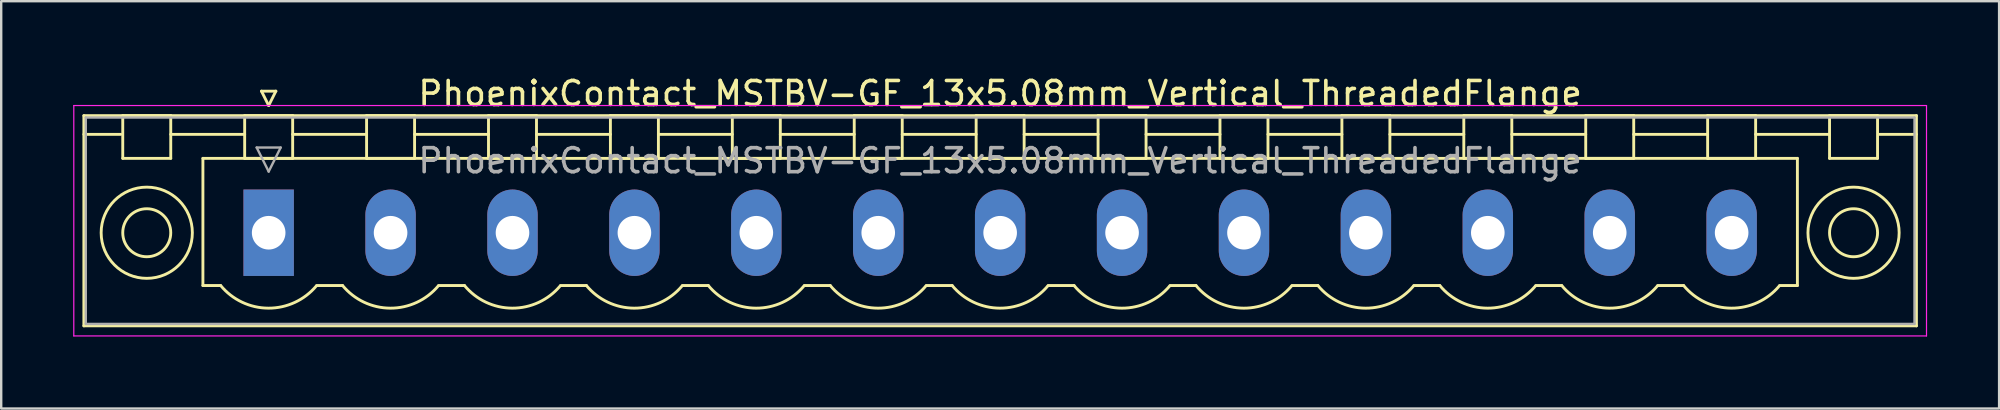
<source format=kicad_pcb>
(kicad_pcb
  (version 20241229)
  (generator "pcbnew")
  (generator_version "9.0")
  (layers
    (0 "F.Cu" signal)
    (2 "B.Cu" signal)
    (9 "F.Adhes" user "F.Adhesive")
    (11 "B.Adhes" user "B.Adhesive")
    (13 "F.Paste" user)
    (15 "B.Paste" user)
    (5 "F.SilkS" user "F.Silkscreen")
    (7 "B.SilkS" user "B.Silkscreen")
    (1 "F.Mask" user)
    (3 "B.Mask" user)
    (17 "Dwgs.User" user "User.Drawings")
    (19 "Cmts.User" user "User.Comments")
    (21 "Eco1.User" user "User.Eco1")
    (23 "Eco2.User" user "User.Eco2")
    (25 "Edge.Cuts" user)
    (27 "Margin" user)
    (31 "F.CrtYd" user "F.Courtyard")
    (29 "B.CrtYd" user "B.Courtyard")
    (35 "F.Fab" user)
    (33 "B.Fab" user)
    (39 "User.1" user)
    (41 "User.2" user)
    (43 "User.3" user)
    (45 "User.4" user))
  (footprint "PhoenixContact_MSTBV-GF_13x5.08mm_Vertical_ThreadedFlange"
    (layer "F.Cu")
    (at 8.145 6.648)
    (property "Reference" "PhoenixContact_MSTBV-GF_13x5.08mm_Vertical_ThreadedFlange" (at 30.48 -5.8 0) (layer "F.SilkS") (effects (font (size 1 1) (thickness 0.15))))
    (attr through_hole)
    (fp_line (start -7.7 -4.88) (end -7.7 3.88) (stroke (width 0.12) (type solid)) (layer "F.SilkS"))
    (fp_line (start -7.7 -4.1) (end -6.16 -4.1) (stroke (width 0.12) (type solid)) (layer "F.SilkS"))
    (fp_line (start -7.7 3.88) (end 68.66 3.88) (stroke (width 0.12) (type solid)) (layer "F.SilkS"))
    (fp_line (start -6.08 -4.88) (end -4.08 -4.88) (stroke (width 0.12) (type solid)) (layer "F.SilkS"))
    (fp_line (start -6.08 -3.1) (end -6.08 -4.88) (stroke (width 0.12) (type solid)) (layer "F.SilkS"))
    (fp_line (start -4.08 -4.88) (end -4.08 -3.1) (stroke (width 0.12) (type solid)) (layer "F.SilkS"))
    (fp_line (start -4.08 -4.1) (end -1 -4.1) (stroke (width 0.12) (type solid)) (layer "F.SilkS"))
    (fp_line (start -4.08 -3.1) (end -6.08 -3.1) (stroke (width 0.12) (type solid)) (layer "F.SilkS"))
    (fp_line (start -2.74 -3.1) (end 63.7 -3.1) (stroke (width 0.12) (type solid)) (layer "F.SilkS"))
    (fp_line (start -2.74 2.2) (end -2.74 -3.1) (stroke (width 0.12) (type solid)) (layer "F.SilkS"))
    (fp_line (start -2 2.2) (end -2.74 2.2) (stroke (width 0.12) (type solid)) (layer "F.SilkS"))
    (fp_line (start -1 -4.88) (end 1 -4.88) (stroke (width 0.12) (type solid)) (layer "F.SilkS"))
    (fp_line (start -1 -3.1) (end -1 -4.88) (stroke (width 0.12) (type solid)) (layer "F.SilkS"))
    (fp_line (start -0.3 -5.9) (end 0.3 -5.9) (stroke (width 0.12) (type solid)) (layer "F.SilkS"))
    (fp_line (start 0 -5.3) (end -0.3 -5.9) (stroke (width 0.12) (type solid)) (layer "F.SilkS"))
    (fp_line (start 0.3 -5.9) (end 0 -5.3) (stroke (width 0.12) (type solid)) (layer "F.SilkS"))
    (fp_line (start 1 -4.88) (end 1 -3.1) (stroke (width 0.12) (type solid)) (layer "F.SilkS"))
    (fp_line (start 1 -4.1) (end 4.08 -4.1) (stroke (width 0.12) (type solid)) (layer "F.SilkS"))
    (fp_line (start 1 -3.1) (end -1 -3.1) (stroke (width 0.12) (type solid)) (layer "F.SilkS"))
    (fp_line (start 2 2.2) (end 3.08 2.2) (stroke (width 0.12) (type solid)) (layer "F.SilkS"))
    (fp_line (start 4.08 -4.88) (end 6.08 -4.88) (stroke (width 0.12) (type solid)) (layer "F.SilkS"))
    (fp_line (start 4.08 -3.1) (end 4.08 -4.88) (stroke (width 0.12) (type solid)) (layer "F.SilkS"))
    (fp_line (start 6.08 -4.88) (end 6.08 -3.1) (stroke (width 0.12) (type solid)) (layer "F.SilkS"))
    (fp_line (start 6.08 -4.1) (end 9.16 -4.1) (stroke (width 0.12) (type solid)) (layer "F.SilkS"))
    (fp_line (start 6.08 -3.1) (end 4.08 -3.1) (stroke (width 0.12) (type solid)) (layer "F.SilkS"))
    (fp_line (start 7.08 2.2) (end 8.16 2.2) (stroke (width 0.12) (type solid)) (layer "F.SilkS"))
    (fp_line (start 9.16 -4.88) (end 11.16 -4.88) (stroke (width 0.12) (type solid)) (layer "F.SilkS"))
    (fp_line (start 9.16 -3.1) (end 9.16 -4.88) (stroke (width 0.12) (type solid)) (layer "F.SilkS"))
    (fp_line (start 11.16 -4.88) (end 11.16 -3.1) (stroke (width 0.12) (type solid)) (layer "F.SilkS"))
    (fp_line (start 11.16 -4.1) (end 14.24 -4.1) (stroke (width 0.12) (type solid)) (layer "F.SilkS"))
    (fp_line (start 11.16 -3.1) (end 9.16 -3.1) (stroke (width 0.12) (type solid)) (layer "F.SilkS"))
    (fp_line (start 12.16 2.2) (end 13.24 2.2) (stroke (width 0.12) (type solid)) (layer "F.SilkS"))
    (fp_line (start 14.24 -4.88) (end 16.24 -4.88) (stroke (width 0.12) (type solid)) (layer "F.SilkS"))
    (fp_line (start 14.24 -3.1) (end 14.24 -4.88) (stroke (width 0.12) (type solid)) (layer "F.SilkS"))
    (fp_line (start 16.24 -4.88) (end 16.24 -3.1) (stroke (width 0.12) (type solid)) (layer "F.SilkS"))
    (fp_line (start 16.24 -4.1) (end 19.32 -4.1) (stroke (width 0.12) (type solid)) (layer "F.SilkS"))
    (fp_line (start 16.24 -3.1) (end 14.24 -3.1) (stroke (width 0.12) (type solid)) (layer "F.SilkS"))
    (fp_line (start 17.24 2.2) (end 18.32 2.2) (stroke (width 0.12) (type solid)) (layer "F.SilkS"))
    (fp_line (start 19.32 -4.88) (end 21.32 -4.88) (stroke (width 0.12) (type solid)) (layer "F.SilkS"))
    (fp_line (start 19.32 -3.1) (end 19.32 -4.88) (stroke (width 0.12) (type solid)) (layer "F.SilkS"))
    (fp_line (start 21.32 -4.88) (end 21.32 -3.1) (stroke (width 0.12) (type solid)) (layer "F.SilkS"))
    (fp_line (start 21.32 -4.1) (end 24.4 -4.1) (stroke (width 0.12) (type solid)) (layer "F.SilkS"))
    (fp_line (start 21.32 -3.1) (end 19.32 -3.1) (stroke (width 0.12) (type solid)) (layer "F.SilkS"))
    (fp_line (start 22.32 2.2) (end 23.4 2.2) (stroke (width 0.12) (type solid)) (layer "F.SilkS"))
    (fp_line (start 24.4 -4.88) (end 26.4 -4.88) (stroke (width 0.12) (type solid)) (layer "F.SilkS"))
    (fp_line (start 24.4 -3.1) (end 24.4 -4.88) (stroke (width 0.12) (type solid)) (layer "F.SilkS"))
    (fp_line (start 26.4 -4.88) (end 26.4 -3.1) (stroke (width 0.12) (type solid)) (layer "F.SilkS"))
    (fp_line (start 26.4 -4.1) (end 29.48 -4.1) (stroke (width 0.12) (type solid)) (layer "F.SilkS"))
    (fp_line (start 26.4 -3.1) (end 24.4 -3.1) (stroke (width 0.12) (type solid)) (layer "F.SilkS"))
    (fp_line (start 27.4 2.2) (end 28.48 2.2) (stroke (width 0.12) (type solid)) (layer "F.SilkS"))
    (fp_line (start 29.48 -4.88) (end 31.48 -4.88) (stroke (width 0.12) (type solid)) (layer "F.SilkS"))
    (fp_line (start 29.48 -3.1) (end 29.48 -4.88) (stroke (width 0.12) (type solid)) (layer "F.SilkS"))
    (fp_line (start 31.48 -4.88) (end 31.48 -3.1) (stroke (width 0.12) (type solid)) (layer "F.SilkS"))
    (fp_line (start 31.48 -4.1) (end 34.56 -4.1) (stroke (width 0.12) (type solid)) (layer "F.SilkS"))
    (fp_line (start 31.48 -3.1) (end 29.48 -3.1) (stroke (width 0.12) (type solid)) (layer "F.SilkS"))
    (fp_line (start 32.48 2.2) (end 33.56 2.2) (stroke (width 0.12) (type solid)) (layer "F.SilkS"))
    (fp_line (start 34.56 -4.88) (end 36.56 -4.88) (stroke (width 0.12) (type solid)) (layer "F.SilkS"))
    (fp_line (start 34.56 -3.1) (end 34.56 -4.88) (stroke (width 0.12) (type solid)) (layer "F.SilkS"))
    (fp_line (start 36.56 -4.88) (end 36.56 -3.1) (stroke (width 0.12) (type solid)) (layer "F.SilkS"))
    (fp_line (start 36.56 -4.1) (end 39.64 -4.1) (stroke (width 0.12) (type solid)) (layer "F.SilkS"))
    (fp_line (start 36.56 -3.1) (end 34.56 -3.1) (stroke (width 0.12) (type solid)) (layer "F.SilkS"))
    (fp_line (start 37.56 2.2) (end 38.64 2.2) (stroke (width 0.12) (type solid)) (layer "F.SilkS"))
    (fp_line (start 39.64 -4.88) (end 41.64 -4.88) (stroke (width 0.12) (type solid)) (layer "F.SilkS"))
    (fp_line (start 39.64 -3.1) (end 39.64 -4.88) (stroke (width 0.12) (type solid)) (layer "F.SilkS"))
    (fp_line (start 41.64 -4.88) (end 41.64 -3.1) (stroke (width 0.12) (type solid)) (layer "F.SilkS"))
    (fp_line (start 41.64 -4.1) (end 44.72 -4.1) (stroke (width 0.12) (type solid)) (layer "F.SilkS"))
    (fp_line (start 41.64 -3.1) (end 39.64 -3.1) (stroke (width 0.12) (type solid)) (layer "F.SilkS"))
    (fp_line (start 42.64 2.2) (end 43.72 2.2) (stroke (width 0.12) (type solid)) (layer "F.SilkS"))
    (fp_line (start 44.72 -4.88) (end 46.72 -4.88) (stroke (width 0.12) (type solid)) (layer "F.SilkS"))
    (fp_line (start 44.72 -3.1) (end 44.72 -4.88) (stroke (width 0.12) (type solid)) (layer "F.SilkS"))
    (fp_line (start 46.72 -4.88) (end 46.72 -3.1) (stroke (width 0.12) (type solid)) (layer "F.SilkS"))
    (fp_line (start 46.72 -4.1) (end 49.8 -4.1) (stroke (width 0.12) (type solid)) (layer "F.SilkS"))
    (fp_line (start 46.72 -3.1) (end 44.72 -3.1) (stroke (width 0.12) (type solid)) (layer "F.SilkS"))
    (fp_line (start 47.72 2.2) (end 48.8 2.2) (stroke (width 0.12) (type solid)) (layer "F.SilkS"))
    (fp_line (start 49.8 -4.88) (end 51.8 -4.88) (stroke (width 0.12) (type solid)) (layer "F.SilkS"))
    (fp_line (start 49.8 -3.1) (end 49.8 -4.88) (stroke (width 0.12) (type solid)) (layer "F.SilkS"))
    (fp_line (start 51.8 -4.88) (end 51.8 -3.1) (stroke (width 0.12) (type solid)) (layer "F.SilkS"))
    (fp_line (start 51.8 -4.1) (end 54.88 -4.1) (stroke (width 0.12) (type solid)) (layer "F.SilkS"))
    (fp_line (start 51.8 -3.1) (end 49.8 -3.1) (stroke (width 0.12) (type solid)) (layer "F.SilkS"))
    (fp_line (start 52.8 2.2) (end 53.88 2.2) (stroke (width 0.12) (type solid)) (layer "F.SilkS"))
    (fp_line (start 54.88 -4.88) (end 56.88 -4.88) (stroke (width 0.12) (type solid)) (layer "F.SilkS"))
    (fp_line (start 54.88 -3.1) (end 54.88 -4.88) (stroke (width 0.12) (type solid)) (layer "F.SilkS"))
    (fp_line (start 56.88 -4.88) (end 56.88 -3.1) (stroke (width 0.12) (type solid)) (layer "F.SilkS"))
    (fp_line (start 56.88 -4.1) (end 59.96 -4.1) (stroke (width 0.12) (type solid)) (layer "F.SilkS"))
    (fp_line (start 56.88 -3.1) (end 54.88 -3.1) (stroke (width 0.12) (type solid)) (layer "F.SilkS"))
    (fp_line (start 57.88 2.2) (end 58.96 2.2) (stroke (width 0.12) (type solid)) (layer "F.SilkS"))
    (fp_line (start 59.96 -4.88) (end 61.96 -4.88) (stroke (width 0.12) (type solid)) (layer "F.SilkS"))
    (fp_line (start 59.96 -3.1) (end 59.96 -4.88) (stroke (width 0.12) (type solid)) (layer "F.SilkS"))
    (fp_line (start 61.96 -4.88) (end 61.96 -3.1) (stroke (width 0.12) (type solid)) (layer "F.SilkS"))
    (fp_line (start 61.96 -4.1) (end 65.04 -4.1) (stroke (width 0.12) (type solid)) (layer "F.SilkS"))
    (fp_line (start 61.96 -3.1) (end 59.96 -3.1) (stroke (width 0.12) (type solid)) (layer "F.SilkS"))
    (fp_line (start 63.7 -3.1) (end 63.7 2.2) (stroke (width 0.12) (type solid)) (layer "F.SilkS"))
    (fp_line (start 63.7 2.2) (end 62.96 2.2) (stroke (width 0.12) (type solid)) (layer "F.SilkS"))
    (fp_line (start 65.04 -4.88) (end 67.04 -4.88) (stroke (width 0.12) (type solid)) (layer "F.SilkS"))
    (fp_line (start 65.04 -3.1) (end 65.04 -4.88) (stroke (width 0.12) (type solid)) (layer "F.SilkS"))
    (fp_line (start 67.04 -4.88) (end 67.04 -3.1) (stroke (width 0.12) (type solid)) (layer "F.SilkS"))
    (fp_line (start 67.04 -3.1) (end 65.04 -3.1) (stroke (width 0.12) (type solid)) (layer "F.SilkS"))
    (fp_line (start 68.66 -4.88) (end -7.7 -4.88) (stroke (width 0.12) (type solid)) (layer "F.SilkS"))
    (fp_line (start 68.66 -4.1) (end 67.12 -4.1) (stroke (width 0.12) (type solid)) (layer "F.SilkS"))
    (fp_line (start 68.66 3.88) (end 68.66 -4.88) (stroke (width 0.12) (type solid)) (layer "F.SilkS"))
    (fp_arc (start 1.986842 2.215821) (mid -0.010289 3.142758) (end -2 2.2) (stroke (width 0.12) (type solid)) (layer "F.SilkS"))
    (fp_arc (start 7.066842 2.215821) (mid 5.069711 3.142758) (end 3.08 2.2) (stroke (width 0.12) (type solid)) (layer "F.SilkS"))
    (fp_arc (start 12.146842 2.215821) (mid 10.149711 3.142758) (end 8.16 2.2) (stroke (width 0.12) (type solid)) (layer "F.SilkS"))
    (fp_arc (start 17.226842 2.215821) (mid 15.229711 3.142758) (end 13.24 2.2) (stroke (width 0.12) (type solid)) (layer "F.SilkS"))
    (fp_arc (start 22.306842 2.215821) (mid 20.309711 3.142758) (end 18.32 2.2) (stroke (width 0.12) (type solid)) (layer "F.SilkS"))
    (fp_arc (start 27.386842 2.215821) (mid 25.389711 3.142758) (end 23.4 2.2) (stroke (width 0.12) (type solid)) (layer "F.SilkS"))
    (fp_arc (start 32.466842 2.215821) (mid 30.469711 3.142758) (end 28.48 2.2) (stroke (width 0.12) (type solid)) (layer "F.SilkS"))
    (fp_arc (start 37.546842 2.215821) (mid 35.549711 3.142758) (end 33.56 2.2) (stroke (width 0.12) (type solid)) (layer "F.SilkS"))
    (fp_arc (start 42.626842 2.215821) (mid 40.629711 3.142758) (end 38.64 2.2) (stroke (width 0.12) (type solid)) (layer "F.SilkS"))
    (fp_arc (start 47.706842 2.215821) (mid 45.709711 3.142758) (end 43.72 2.2) (stroke (width 0.12) (type solid)) (layer "F.SilkS"))
    (fp_arc (start 52.786842 2.215821) (mid 50.789711 3.142758) (end 48.8 2.2) (stroke (width 0.12) (type solid)) (layer "F.SilkS"))
    (fp_arc (start 57.866842 2.215821) (mid 55.869711 3.142758) (end 53.88 2.2) (stroke (width 0.12) (type solid)) (layer "F.SilkS"))
    (fp_arc (start 62.946842 2.215821) (mid 60.949711 3.142758) (end 58.96 2.2) (stroke (width 0.12) (type solid)) (layer "F.SilkS"))
    (fp_circle (center -5.08 0) (end -4.08 0) (stroke (width 0.12) (type solid)) (fill no) (layer "F.SilkS"))
    (fp_circle (center -5.08 0) (end -3.18 0) (stroke (width 0.12) (type solid)) (fill no) (layer "F.SilkS"))
    (fp_circle (center 66.04 0) (end 67.04 0) (stroke (width 0.12) (type solid)) (fill no) (layer "F.SilkS"))
    (fp_circle (center 66.04 0) (end 67.94 0) (stroke (width 0.12) (type solid)) (fill no) (layer "F.SilkS"))
    (fp_line (start -8.12 -5.3) (end -8.12 4.3) (stroke (width 0.05) (type solid)) (layer "F.CrtYd"))
    (fp_line (start -8.12 4.3) (end 69.08 4.3) (stroke (width 0.05) (type solid)) (layer "F.CrtYd"))
    (fp_line (start 69.08 -5.3) (end -8.12 -5.3) (stroke (width 0.05) (type solid)) (layer "F.CrtYd"))
    (fp_line (start 69.08 4.3) (end 69.08 -5.3) (stroke (width 0.05) (type solid)) (layer "F.CrtYd"))
    (fp_line (start -7.62 -4.8) (end -7.62 3.8) (stroke (width 0.1) (type solid)) (layer "F.Fab"))
    (fp_line (start -7.62 3.8) (end 68.58 3.8) (stroke (width 0.1) (type solid)) (layer "F.Fab"))
    (fp_line (start -0.5 -3.55) (end 0.5 -3.55) (stroke (width 0.1) (type solid)) (layer "F.Fab"))
    (fp_line (start 0 -2.55) (end -0.5 -3.55) (stroke (width 0.1) (type solid)) (layer "F.Fab"))
    (fp_line (start 0.5 -3.55) (end 0 -2.55) (stroke (width 0.1) (type solid)) (layer "F.Fab"))
    (fp_line (start 68.58 -4.8) (end -7.62 -4.8) (stroke (width 0.1) (type solid)) (layer "F.Fab"))
    (fp_line (start 68.58 3.8) (end 68.58 -4.8) (stroke (width 0.1) (type solid)) (layer "F.Fab"))
    (fp_text user "${REFERENCE}" (at 30.48 -3 0) (layer "F.Fab") (effects (font (size 1 1) (thickness 0.15))))
    (pad "1" thru_hole rect (at 0 0) (size 2.1 3.6) (drill 1.4) (layers "*.Cu" "*.Mask"))
    (pad "2" thru_hole oval (at 5.08 0) (size 2.1 3.6) (drill 1.4) (layers "*.Cu" "*.Mask"))
    (pad "3" thru_hole oval (at 10.16 0) (size 2.1 3.6) (drill 1.4) (layers "*.Cu" "*.Mask"))
    (pad "4" thru_hole oval (at 15.24 0) (size 2.1 3.6) (drill 1.4) (layers "*.Cu" "*.Mask"))
    (pad "5" thru_hole oval (at 20.32 0) (size 2.1 3.6) (drill 1.4) (layers "*.Cu" "*.Mask"))
    (pad "6" thru_hole oval (at 25.4 0) (size 2.1 3.6) (drill 1.4) (layers "*.Cu" "*.Mask"))
    (pad "7" thru_hole oval (at 30.48 0) (size 2.1 3.6) (drill 1.4) (layers "*.Cu" "*.Mask"))
    (pad "8" thru_hole oval (at 35.56 0) (size 2.1 3.6) (drill 1.4) (layers "*.Cu" "*.Mask"))
    (pad "9" thru_hole oval (at 40.64 0) (size 2.1 3.6) (drill 1.4) (layers "*.Cu" "*.Mask"))
    (pad "10" thru_hole oval (at 45.72 0) (size 2.1 3.6) (drill 1.4) (layers "*.Cu" "*.Mask"))
    (pad "11" thru_hole oval (at 50.8 0) (size 2.1 3.6) (drill 1.4) (layers "*.Cu" "*.Mask"))
    (pad "12" thru_hole oval (at 55.88 0) (size 2.1 3.6) (drill 1.4) (layers "*.Cu" "*.Mask"))
    (pad "13" thru_hole oval (at 60.96 0) (size 2.1 3.6) (drill 1.4) (layers "*.Cu" "*.Mask")))
  (gr_rect
    (start -3 -3)
    (end 80.25 13.973)
    (stroke (width 0.1) (type default))
    (fill no)
    (layer "Edge.Cuts")))
</source>
